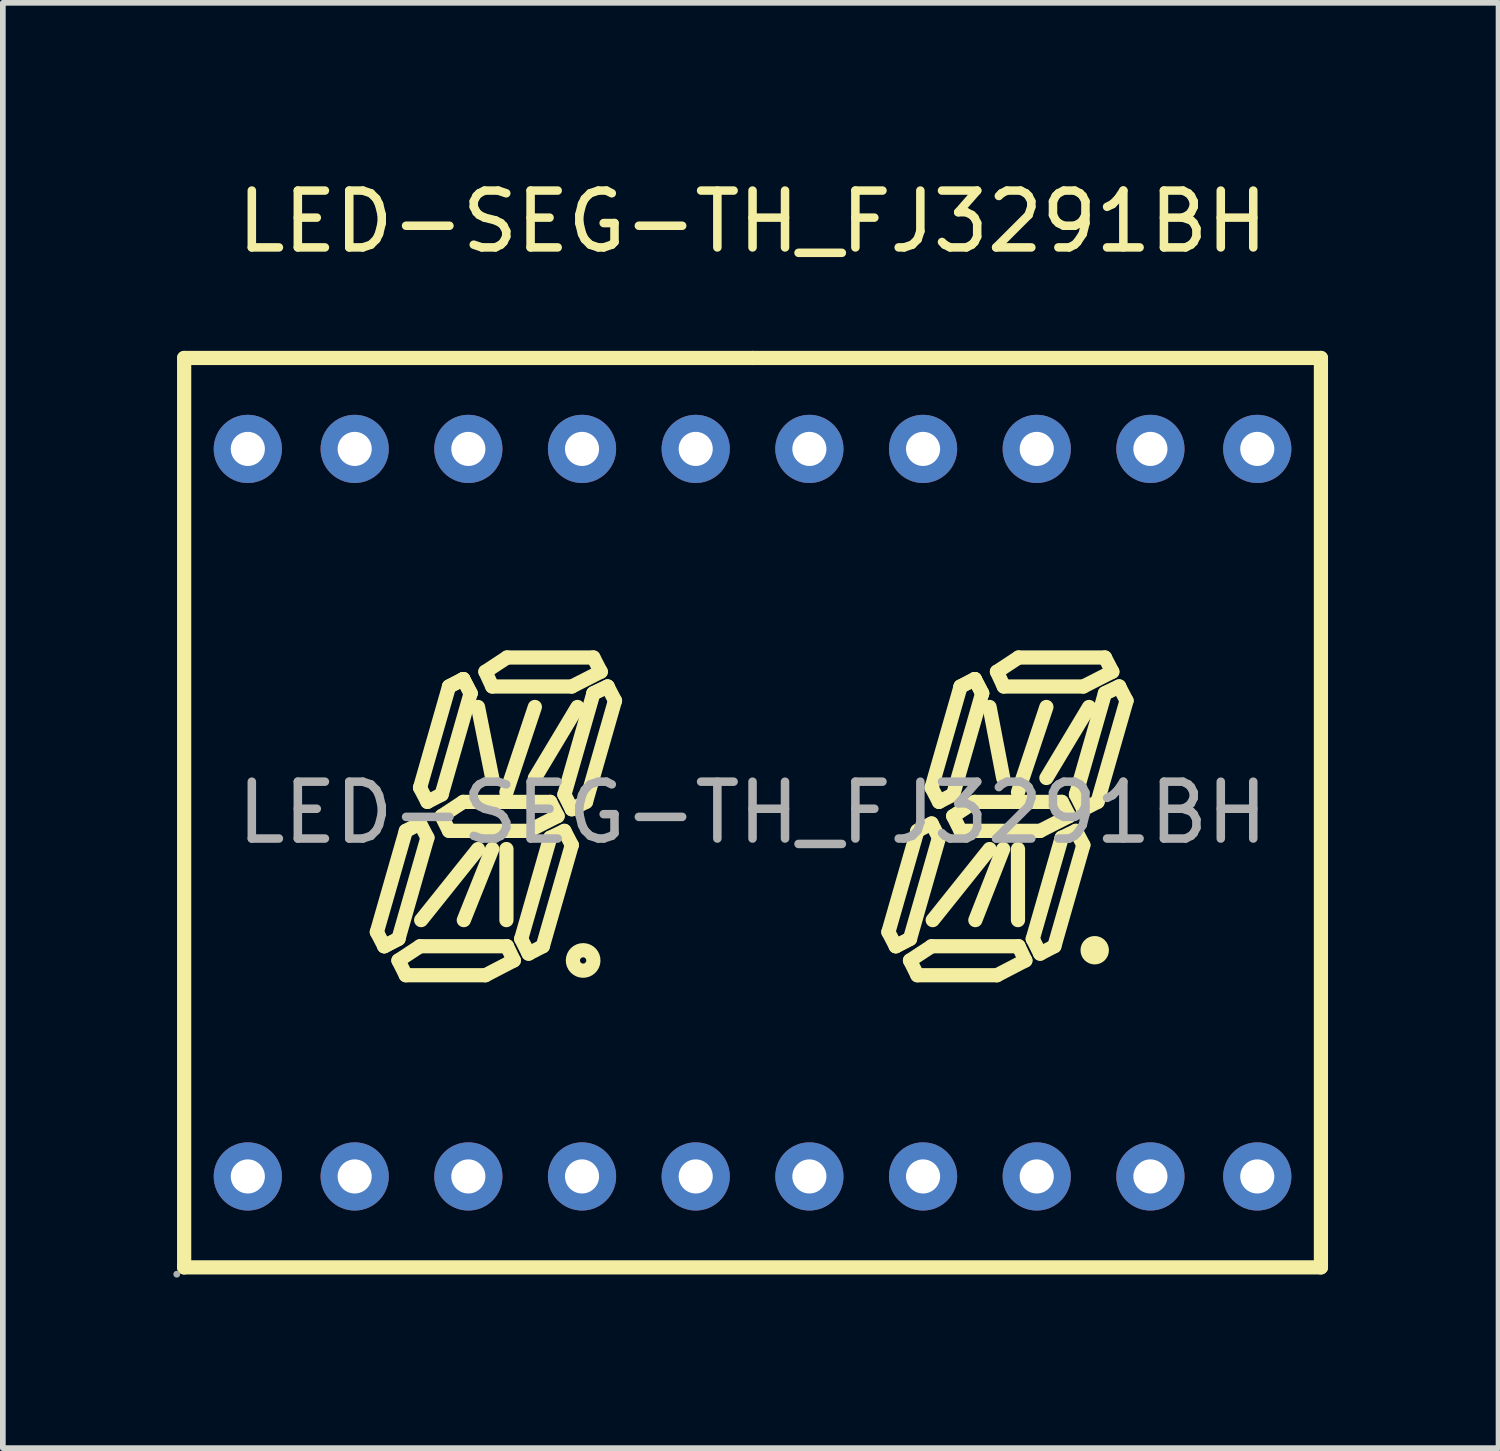
<source format=kicad_pcb>
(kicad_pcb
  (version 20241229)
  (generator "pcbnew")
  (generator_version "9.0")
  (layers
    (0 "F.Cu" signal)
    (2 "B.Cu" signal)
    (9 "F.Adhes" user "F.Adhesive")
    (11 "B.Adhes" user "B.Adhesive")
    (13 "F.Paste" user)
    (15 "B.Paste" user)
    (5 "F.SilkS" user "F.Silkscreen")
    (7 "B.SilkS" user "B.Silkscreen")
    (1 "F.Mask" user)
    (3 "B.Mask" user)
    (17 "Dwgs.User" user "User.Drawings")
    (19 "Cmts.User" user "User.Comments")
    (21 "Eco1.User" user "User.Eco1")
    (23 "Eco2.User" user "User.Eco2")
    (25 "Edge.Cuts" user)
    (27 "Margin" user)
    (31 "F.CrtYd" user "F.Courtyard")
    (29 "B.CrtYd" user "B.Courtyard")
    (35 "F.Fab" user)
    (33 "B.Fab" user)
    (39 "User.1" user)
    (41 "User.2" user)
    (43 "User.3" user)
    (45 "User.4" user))
  (footprint "LED-SEG-TH_FJ3291BH"
    (layer "F.Cu")
    (at 10.19 11.248)
    (property "Reference" "LED-SEG-TH_FJ3291BH" (at 0 -10.4 0) (layer "F.SilkS") (effects (font (size 1 1) (thickness 0.15))))
    (attr through_hole)
    (fp_line (start -10 -8) (end 0 -8) (stroke (width 0.25) (type solid)) (layer "F.SilkS"))
    (fp_line (start -10 8) (end -10 -8) (stroke (width 0.25) (type solid)) (layer "F.SilkS"))
    (fp_line (start -6.61 2.1) (end -6.48 2.35) (stroke (width 0.25) (type solid)) (layer "F.SilkS"))
    (fp_line (start -6.48 2.35) (end -6.23 2.22) (stroke (width 0.25) (type solid)) (layer "F.SilkS"))
    (fp_line (start -6.48 2.35) (end -6.23 2.22) (stroke (width 0.25) (type solid)) (layer "F.SilkS"))
    (fp_line (start -6.23 2.22) (end -5.72 0.44) (stroke (width 0.25) (type solid)) (layer "F.SilkS"))
    (fp_line (start -6.23 2.6) (end -5.85 2.35) (stroke (width 0.25) (type solid)) (layer "F.SilkS"))
    (fp_line (start -6.1 0.32) (end -6.61 2.1) (stroke (width 0.25) (type solid)) (layer "F.SilkS"))
    (fp_line (start -6.1 2.86) (end -6.23 2.6) (stroke (width 0.25) (type solid)) (layer "F.SilkS"))
    (fp_line (start -5.85 -0.44) (end -5.72 -0.19) (stroke (width 0.25) (type solid)) (layer "F.SilkS"))
    (fp_line (start -5.85 0.19) (end -6.1 0.32) (stroke (width 0.25) (type solid)) (layer "F.SilkS"))
    (fp_line (start -5.85 2.35) (end -4.32 2.35) (stroke (width 0.25) (type solid)) (layer "F.SilkS"))
    (fp_line (start -5.72 -0.19) (end -5.47 -0.32) (stroke (width 0.25) (type solid)) (layer "F.SilkS"))
    (fp_line (start -5.72 0.44) (end -5.85 0.19) (stroke (width 0.25) (type solid)) (layer "F.SilkS"))
    (fp_line (start -5.47 -0.32) (end -4.96 -2.1) (stroke (width 0.25) (type solid)) (layer "F.SilkS"))
    (fp_line (start -5.47 0.06) (end -5.09 -0.19) (stroke (width 0.25) (type solid)) (layer "F.SilkS"))
    (fp_line (start -5.34 -2.22) (end -5.85 -0.44) (stroke (width 0.25) (type solid)) (layer "F.SilkS"))
    (fp_line (start -5.34 0.32) (end -5.47 0.06) (stroke (width 0.25) (type solid)) (layer "F.SilkS"))
    (fp_line (start -5.09 -2.35) (end -5.34 -2.22) (stroke (width 0.25) (type solid)) (layer "F.SilkS"))
    (fp_line (start -5.09 -2.35) (end -5.34 -2.22) (stroke (width 0.25) (type solid)) (layer "F.SilkS"))
    (fp_line (start -5.09 -0.19) (end -3.56 -0.19) (stroke (width 0.25) (type solid)) (layer "F.SilkS"))
    (fp_line (start -4.96 -2.1) (end -5.09 -2.35) (stroke (width 0.25) (type solid)) (layer "F.SilkS"))
    (fp_line (start -4.96 -2.1) (end -5.09 -2.35) (stroke (width 0.25) (type solid)) (layer "F.SilkS"))
    (fp_line (start -4.83 -1.86) (end -4.58 -0.61) (stroke (width 0.25) (type solid)) (layer "F.SilkS"))
    (fp_line (start -4.83 0.64) (end -5.83 1.89) (stroke (width 0.25) (type solid)) (layer "F.SilkS"))
    (fp_line (start -4.7 -2.48) (end -4.32 -2.73) (stroke (width 0.25) (type solid)) (layer "F.SilkS"))
    (fp_line (start -4.7 2.86) (end -6.1 2.86) (stroke (width 0.25) (type solid)) (layer "F.SilkS"))
    (fp_line (start -4.58 -2.22) (end -4.7 -2.48) (stroke (width 0.25) (type solid)) (layer "F.SilkS"))
    (fp_line (start -4.58 0.64) (end -5.08 1.89) (stroke (width 0.25) (type solid)) (layer "F.SilkS"))
    (fp_line (start -4.33 -0.36) (end -3.83 -1.86) (stroke (width 0.25) (type solid)) (layer "F.SilkS"))
    (fp_line (start -4.33 0.64) (end -4.33 1.89) (stroke (width 0.25) (type solid)) (layer "F.SilkS"))
    (fp_line (start -4.32 -2.73) (end -2.8 -2.73) (stroke (width 0.25) (type solid)) (layer "F.SilkS"))
    (fp_line (start -4.32 2.35) (end -4.2 2.6) (stroke (width 0.25) (type solid)) (layer "F.SilkS"))
    (fp_line (start -4.2 2.6) (end -4.7 2.86) (stroke (width 0.25) (type solid)) (layer "F.SilkS"))
    (fp_line (start -4.07 2.22) (end -3.94 2.48) (stroke (width 0.25) (type solid)) (layer "F.SilkS"))
    (fp_line (start -3.94 0.32) (end -5.34 0.32) (stroke (width 0.25) (type solid)) (layer "F.SilkS"))
    (fp_line (start -3.94 2.48) (end -3.69 2.35) (stroke (width 0.25) (type solid)) (layer "F.SilkS"))
    (fp_line (start -3.69 2.35) (end -3.18 0.57) (stroke (width 0.25) (type solid)) (layer "F.SilkS"))
    (fp_line (start -3.56 -0.19) (end -3.43 0.06) (stroke (width 0.25) (type solid)) (layer "F.SilkS"))
    (fp_line (start -3.56 0.44) (end -4.07 2.22) (stroke (width 0.25) (type solid)) (layer "F.SilkS"))
    (fp_line (start -3.43 0.06) (end -3.94 0.32) (stroke (width 0.25) (type solid)) (layer "F.SilkS"))
    (fp_line (start -3.31 -0.32) (end -3.18 -0.06) (stroke (width 0.25) (type solid)) (layer "F.SilkS"))
    (fp_line (start -3.31 0.32) (end -3.56 0.44) (stroke (width 0.25) (type solid)) (layer "F.SilkS"))
    (fp_line (start -3.18 -2.22) (end -4.58 -2.22) (stroke (width 0.25) (type solid)) (layer "F.SilkS"))
    (fp_line (start -3.18 -0.06) (end -2.93 -0.19) (stroke (width 0.25) (type solid)) (layer "F.SilkS"))
    (fp_line (start -3.18 0.57) (end -3.31 0.32) (stroke (width 0.25) (type solid)) (layer "F.SilkS"))
    (fp_line (start -3.08 -1.86) (end -3.83 -0.61) (stroke (width 0.25) (type solid)) (layer "F.SilkS"))
    (fp_line (start -2.93 -0.19) (end -2.42 -1.97) (stroke (width 0.25) (type solid)) (layer "F.SilkS"))
    (fp_line (start -2.8 -2.73) (end -2.67 -2.48) (stroke (width 0.25) (type solid)) (layer "F.SilkS"))
    (fp_line (start -2.8 -2.1) (end -3.31 -0.32) (stroke (width 0.25) (type solid)) (layer "F.SilkS"))
    (fp_line (start -2.8 -2.1) (end -2.55 -2.22) (stroke (width 0.25) (type solid)) (layer "F.SilkS"))
    (fp_line (start -2.67 -2.48) (end -3.18 -2.22) (stroke (width 0.25) (type solid)) (layer "F.SilkS"))
    (fp_line (start -2.55 -2.22) (end -2.8 -2.1) (stroke (width 0.25) (type solid)) (layer "F.SilkS"))
    (fp_line (start -2.42 -1.97) (end -2.55 -2.22) (stroke (width 0.25) (type solid)) (layer "F.SilkS"))
    (fp_line (start 0 -8) (end 10 -8) (stroke (width 0.25) (type solid)) (layer "F.SilkS"))
    (fp_line (start 2.39 2.1) (end 2.52 2.35) (stroke (width 0.25) (type solid)) (layer "F.SilkS"))
    (fp_line (start 2.52 2.35) (end 2.77 2.22) (stroke (width 0.25) (type solid)) (layer "F.SilkS"))
    (fp_line (start 2.52 2.35) (end 2.77 2.22) (stroke (width 0.25) (type solid)) (layer "F.SilkS"))
    (fp_line (start 2.77 2.22) (end 3.28 0.44) (stroke (width 0.25) (type solid)) (layer "F.SilkS"))
    (fp_line (start 2.77 2.6) (end 3.15 2.35) (stroke (width 0.25) (type solid)) (layer "F.SilkS"))
    (fp_line (start 2.9 0.32) (end 2.39 2.1) (stroke (width 0.25) (type solid)) (layer "F.SilkS"))
    (fp_line (start 2.9 2.86) (end 2.77 2.6) (stroke (width 0.25) (type solid)) (layer "F.SilkS"))
    (fp_line (start 3.15 -0.44) (end 3.28 -0.19) (stroke (width 0.25) (type solid)) (layer "F.SilkS"))
    (fp_line (start 3.15 0.19) (end 2.9 0.32) (stroke (width 0.25) (type solid)) (layer "F.SilkS"))
    (fp_line (start 3.15 2.35) (end 4.68 2.35) (stroke (width 0.25) (type solid)) (layer "F.SilkS"))
    (fp_line (start 3.28 -0.19) (end 3.53 -0.32) (stroke (width 0.25) (type solid)) (layer "F.SilkS"))
    (fp_line (start 3.28 0.44) (end 3.15 0.19) (stroke (width 0.25) (type solid)) (layer "F.SilkS"))
    (fp_line (start 3.53 -0.32) (end 4.04 -2.1) (stroke (width 0.25) (type solid)) (layer "F.SilkS"))
    (fp_line (start 3.53 0.06) (end 3.91 -0.19) (stroke (width 0.25) (type solid)) (layer "F.SilkS"))
    (fp_line (start 3.66 -2.22) (end 3.15 -0.44) (stroke (width 0.25) (type solid)) (layer "F.SilkS"))
    (fp_line (start 3.66 0.32) (end 3.53 0.06) (stroke (width 0.25) (type solid)) (layer "F.SilkS"))
    (fp_line (start 3.91 -2.35) (end 3.66 -2.22) (stroke (width 0.25) (type solid)) (layer "F.SilkS"))
    (fp_line (start 3.91 -2.35) (end 3.66 -2.22) (stroke (width 0.25) (type solid)) (layer "F.SilkS"))
    (fp_line (start 3.91 -0.19) (end 5.44 -0.19) (stroke (width 0.25) (type solid)) (layer "F.SilkS"))
    (fp_line (start 4.04 -2.1) (end 3.91 -2.35) (stroke (width 0.25) (type solid)) (layer "F.SilkS"))
    (fp_line (start 4.04 -2.1) (end 3.91 -2.35) (stroke (width 0.25) (type solid)) (layer "F.SilkS"))
    (fp_line (start 4.17 -1.86) (end 4.41 -0.61) (stroke (width 0.25) (type solid)) (layer "F.SilkS"))
    (fp_line (start 4.17 0.64) (end 3.17 1.89) (stroke (width 0.25) (type solid)) (layer "F.SilkS"))
    (fp_line (start 4.3 -2.48) (end 4.68 -2.73) (stroke (width 0.25) (type solid)) (layer "F.SilkS"))
    (fp_line (start 4.3 2.86) (end 2.9 2.86) (stroke (width 0.25) (type solid)) (layer "F.SilkS"))
    (fp_line (start 4.41 0.64) (end 3.92 1.89) (stroke (width 0.25) (type solid)) (layer "F.SilkS"))
    (fp_line (start 4.42 -2.22) (end 4.3 -2.48) (stroke (width 0.25) (type solid)) (layer "F.SilkS"))
    (fp_line (start 4.67 -0.36) (end 5.17 -1.86) (stroke (width 0.25) (type solid)) (layer "F.SilkS"))
    (fp_line (start 4.67 0.64) (end 4.67 1.89) (stroke (width 0.25) (type solid)) (layer "F.SilkS"))
    (fp_line (start 4.68 -2.73) (end 6.2 -2.73) (stroke (width 0.25) (type solid)) (layer "F.SilkS"))
    (fp_line (start 4.68 2.35) (end 4.8 2.6) (stroke (width 0.25) (type solid)) (layer "F.SilkS"))
    (fp_line (start 4.8 2.6) (end 4.3 2.86) (stroke (width 0.25) (type solid)) (layer "F.SilkS"))
    (fp_line (start 4.93 2.22) (end 5.06 2.48) (stroke (width 0.25) (type solid)) (layer "F.SilkS"))
    (fp_line (start 5.06 0.32) (end 3.66 0.32) (stroke (width 0.25) (type solid)) (layer "F.SilkS"))
    (fp_line (start 5.06 2.48) (end 5.31 2.35) (stroke (width 0.25) (type solid)) (layer "F.SilkS"))
    (fp_line (start 5.31 2.35) (end 5.82 0.57) (stroke (width 0.25) (type solid)) (layer "F.SilkS"))
    (fp_line (start 5.44 -0.19) (end 5.57 0.06) (stroke (width 0.25) (type solid)) (layer "F.SilkS"))
    (fp_line (start 5.44 0.44) (end 4.93 2.22) (stroke (width 0.25) (type solid)) (layer "F.SilkS"))
    (fp_line (start 5.57 0.06) (end 5.06 0.32) (stroke (width 0.25) (type solid)) (layer "F.SilkS"))
    (fp_line (start 5.69 -0.32) (end 5.82 -0.06) (stroke (width 0.25) (type solid)) (layer "F.SilkS"))
    (fp_line (start 5.69 0.32) (end 5.44 0.44) (stroke (width 0.25) (type solid)) (layer "F.SilkS"))
    (fp_line (start 5.82 -2.22) (end 4.42 -2.22) (stroke (width 0.25) (type solid)) (layer "F.SilkS"))
    (fp_line (start 5.82 -0.06) (end 6.07 -0.19) (stroke (width 0.25) (type solid)) (layer "F.SilkS"))
    (fp_line (start 5.82 0.57) (end 5.69 0.32) (stroke (width 0.25) (type solid)) (layer "F.SilkS"))
    (fp_line (start 5.92 -1.86) (end 5.17 -0.61) (stroke (width 0.25) (type solid)) (layer "F.SilkS"))
    (fp_line (start 6.07 -0.19) (end 6.58 -1.97) (stroke (width 0.25) (type solid)) (layer "F.SilkS"))
    (fp_line (start 6.2 -2.73) (end 6.33 -2.48) (stroke (width 0.25) (type solid)) (layer "F.SilkS"))
    (fp_line (start 6.2 -2.1) (end 5.69 -0.32) (stroke (width 0.25) (type solid)) (layer "F.SilkS"))
    (fp_line (start 6.2 -2.1) (end 6.45 -2.22) (stroke (width 0.25) (type solid)) (layer "F.SilkS"))
    (fp_line (start 6.33 -2.48) (end 5.82 -2.22) (stroke (width 0.25) (type solid)) (layer "F.SilkS"))
    (fp_line (start 6.45 -2.22) (end 6.2 -2.1) (stroke (width 0.25) (type solid)) (layer "F.SilkS"))
    (fp_line (start 6.58 -1.97) (end 6.45 -2.22) (stroke (width 0.25) (type solid)) (layer "F.SilkS"))
    (fp_line (start 10 -8) (end 10 8) (stroke (width 0.25) (type solid)) (layer "F.SilkS"))
    (fp_line (start 10 8) (end -10 8) (stroke (width 0.25) (type solid)) (layer "F.SilkS"))
    (fp_arc (start -2.97 2.42) (mid -2.985001 2.780208) (end -2.980001 2.419722) (stroke (width 0.25) (type solid)) (layer "F.SilkS"))
    (fp_arc (start 6.02 2.42) (mid 6.02 2.42) (end 6.02 2.42) (stroke (width 0.25) (type solid)) (layer "F.SilkS"))
    (fp_circle (center -10.13 8.12) (end -10.1 8.12) (stroke (width 0.06) (type solid)) (fill no) (layer "F.Fab"))
    (fp_circle (center -8.88 -6.4) (end -8.78 -6.4) (stroke (width 0.2) (type solid)) (fill no) (layer "F.Fab"))
    (fp_circle (center -8.88 6.4) (end -8.78 6.4) (stroke (width 0.2) (type solid)) (fill no) (layer "F.Fab"))
    (fp_circle (center -7 -6.4) (end -6.9 -6.4) (stroke (width 0.2) (type solid)) (fill no) (layer "F.Fab"))
    (fp_circle (center -7 6.4) (end -6.9 6.4) (stroke (width 0.2) (type solid)) (fill no) (layer "F.Fab"))
    (fp_circle (center -5 -6.4) (end -4.9 -6.4) (stroke (width 0.2) (type solid)) (fill no) (layer "F.Fab"))
    (fp_circle (center -5 6.4) (end -4.9 6.4) (stroke (width 0.2) (type solid)) (fill no) (layer "F.Fab"))
    (fp_circle (center -3 -6.4) (end -2.9 -6.4) (stroke (width 0.2) (type solid)) (fill no) (layer "F.Fab"))
    (fp_circle (center -3 6.4) (end -2.9 6.4) (stroke (width 0.2) (type solid)) (fill no) (layer "F.Fab"))
    (fp_circle (center -1 -6.4) (end -0.9 -6.4) (stroke (width 0.2) (type solid)) (fill no) (layer "F.Fab"))
    (fp_circle (center -1 6.4) (end -0.9 6.4) (stroke (width 0.2) (type solid)) (fill no) (layer "F.Fab"))
    (fp_circle (center 1 -6.4) (end 1.1 -6.4) (stroke (width 0.2) (type solid)) (fill no) (layer "F.Fab"))
    (fp_circle (center 1 6.4) (end 1.1 6.4) (stroke (width 0.2) (type solid)) (fill no) (layer "F.Fab"))
    (fp_circle (center 3 -6.4) (end 3.1 -6.4) (stroke (width 0.2) (type solid)) (fill no) (layer "F.Fab"))
    (fp_circle (center 3 6.4) (end 3.1 6.4) (stroke (width 0.2) (type solid)) (fill no) (layer "F.Fab"))
    (fp_circle (center 5 -6.4) (end 5.1 -6.4) (stroke (width 0.2) (type solid)) (fill no) (layer "F.Fab"))
    (fp_circle (center 5 6.4) (end 5.1 6.4) (stroke (width 0.2) (type solid)) (fill no) (layer "F.Fab"))
    (fp_circle (center 7 -6.4) (end 7.1 -6.4) (stroke (width 0.2) (type solid)) (fill no) (layer "F.Fab"))
    (fp_circle (center 7 6.4) (end 7.1 6.4) (stroke (width 0.2) (type solid)) (fill no) (layer "F.Fab"))
    (fp_circle (center 8.88 -6.4) (end 8.98 -6.4) (stroke (width 0.2) (type solid)) (fill no) (layer "F.Fab"))
    (fp_circle (center 8.88 6.4) (end 8.98 6.4) (stroke (width 0.2) (type solid)) (fill no) (layer "F.Fab"))
    (fp_text user "${REFERENCE}" (at 0 0 0) (layer "F.Fab") (effects (font (size 1 1) (thickness 0.15))))
    (pad "1" thru_hole circle (at -8.88 6.4) (size 1.2 1.2) (drill 0.6) (layers "*.Cu" "*.Paste" "*.Mask"))
    (pad "2" thru_hole circle (at -7 6.4) (size 1.2 1.2) (drill 0.6) (layers "*.Cu" "*.Paste" "*.Mask"))
    (pad "3" thru_hole circle (at -5 6.4) (size 1.2 1.2) (drill 0.6) (layers "*.Cu" "*.Paste" "*.Mask"))
    (pad "4" thru_hole circle (at -3 6.4) (size 1.2 1.2) (drill 0.6) (layers "*.Cu" "*.Paste" "*.Mask"))
    (pad "5" thru_hole circle (at -1 6.4) (size 1.2 1.2) (drill 0.6) (layers "*.Cu" "*.Paste" "*.Mask"))
    (pad "6" thru_hole circle (at 1 6.4) (size 1.2 1.2) (drill 0.6) (layers "*.Cu" "*.Paste" "*.Mask"))
    (pad "7" thru_hole circle (at 3 6.4) (size 1.2 1.2) (drill 0.6) (layers "*.Cu" "*.Paste" "*.Mask"))
    (pad "8" thru_hole circle (at 5 6.4) (size 1.2 1.2) (drill 0.6) (layers "*.Cu" "*.Paste" "*.Mask"))
    (pad "9" thru_hole circle (at 7 6.4) (size 1.2 1.2) (drill 0.6) (layers "*.Cu" "*.Paste" "*.Mask"))
    (pad "10" thru_hole circle (at 8.88 6.4) (size 1.2 1.2) (drill 0.6) (layers "*.Cu" "*.Paste" "*.Mask"))
    (pad "11" thru_hole circle (at 8.88 -6.4) (size 1.2 1.2) (drill 0.6) (layers "*.Cu" "*.Paste" "*.Mask"))
    (pad "12" thru_hole circle (at 7 -6.4) (size 1.2 1.2) (drill 0.6) (layers "*.Cu" "*.Paste" "*.Mask"))
    (pad "13" thru_hole circle (at 5 -6.4) (size 1.2 1.2) (drill 0.6) (layers "*.Cu" "*.Paste" "*.Mask"))
    (pad "14" thru_hole circle (at 3 -6.4) (size 1.2 1.2) (drill 0.6) (layers "*.Cu" "*.Paste" "*.Mask"))
    (pad "15" thru_hole circle (at 1 -6.4) (size 1.2 1.2) (drill 0.6) (layers "*.Cu" "*.Paste" "*.Mask"))
    (pad "16" thru_hole circle (at -1 -6.4) (size 1.2 1.2) (drill 0.6) (layers "*.Cu" "*.Paste" "*.Mask"))
    (pad "17" thru_hole circle (at -3 -6.4) (size 1.2 1.2) (drill 0.6) (layers "*.Cu" "*.Paste" "*.Mask"))
    (pad "18" thru_hole circle (at -5 -6.4) (size 1.2 1.2) (drill 0.6) (layers "*.Cu" "*.Paste" "*.Mask"))
    (pad "19" thru_hole circle (at -7 -6.4) (size 1.2 1.2) (drill 0.6) (layers "*.Cu" "*.Paste" "*.Mask"))
    (pad "20" thru_hole circle (at -8.88 -6.4) (size 1.2 1.2) (drill 0.6) (layers "*.Cu" "*.Paste" "*.Mask")))
  (gr_rect
    (start -3 -3)
    (end 23.315 22.428)
    (stroke (width 0.1) (type default))
    (fill no)
    (layer "Edge.Cuts")))
</source>
